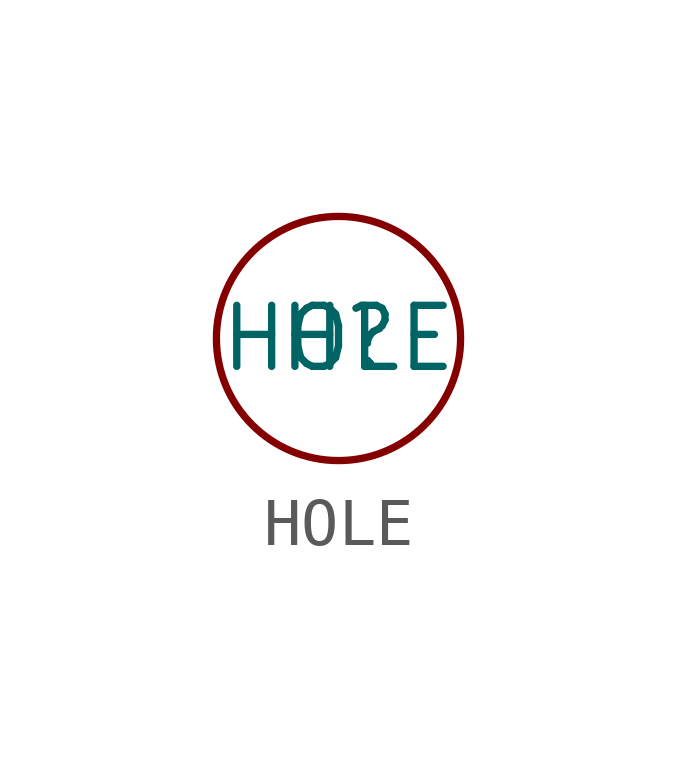
<source format=kicad_sym>
(kicad_symbol_lib
  (version 20220914)
  (generator kicad_symbol_editor)
  (symbol "HOLE"
    (pin_names
      (offset 1.016))
    (property "Reference" "H"
      (at 0 0 0)
      (effects (font (size 1.27 1.27))))
    (property "Value" "HOLE"
      (at 0 0 0)
      (effects (font (size 1.27 1.27))))
    (symbol "HOLE_0_1"
      (circle (center 0 0) (radius 2.54) (stroke (width 0) (type solid)) (fill (type none))))))
</source>
